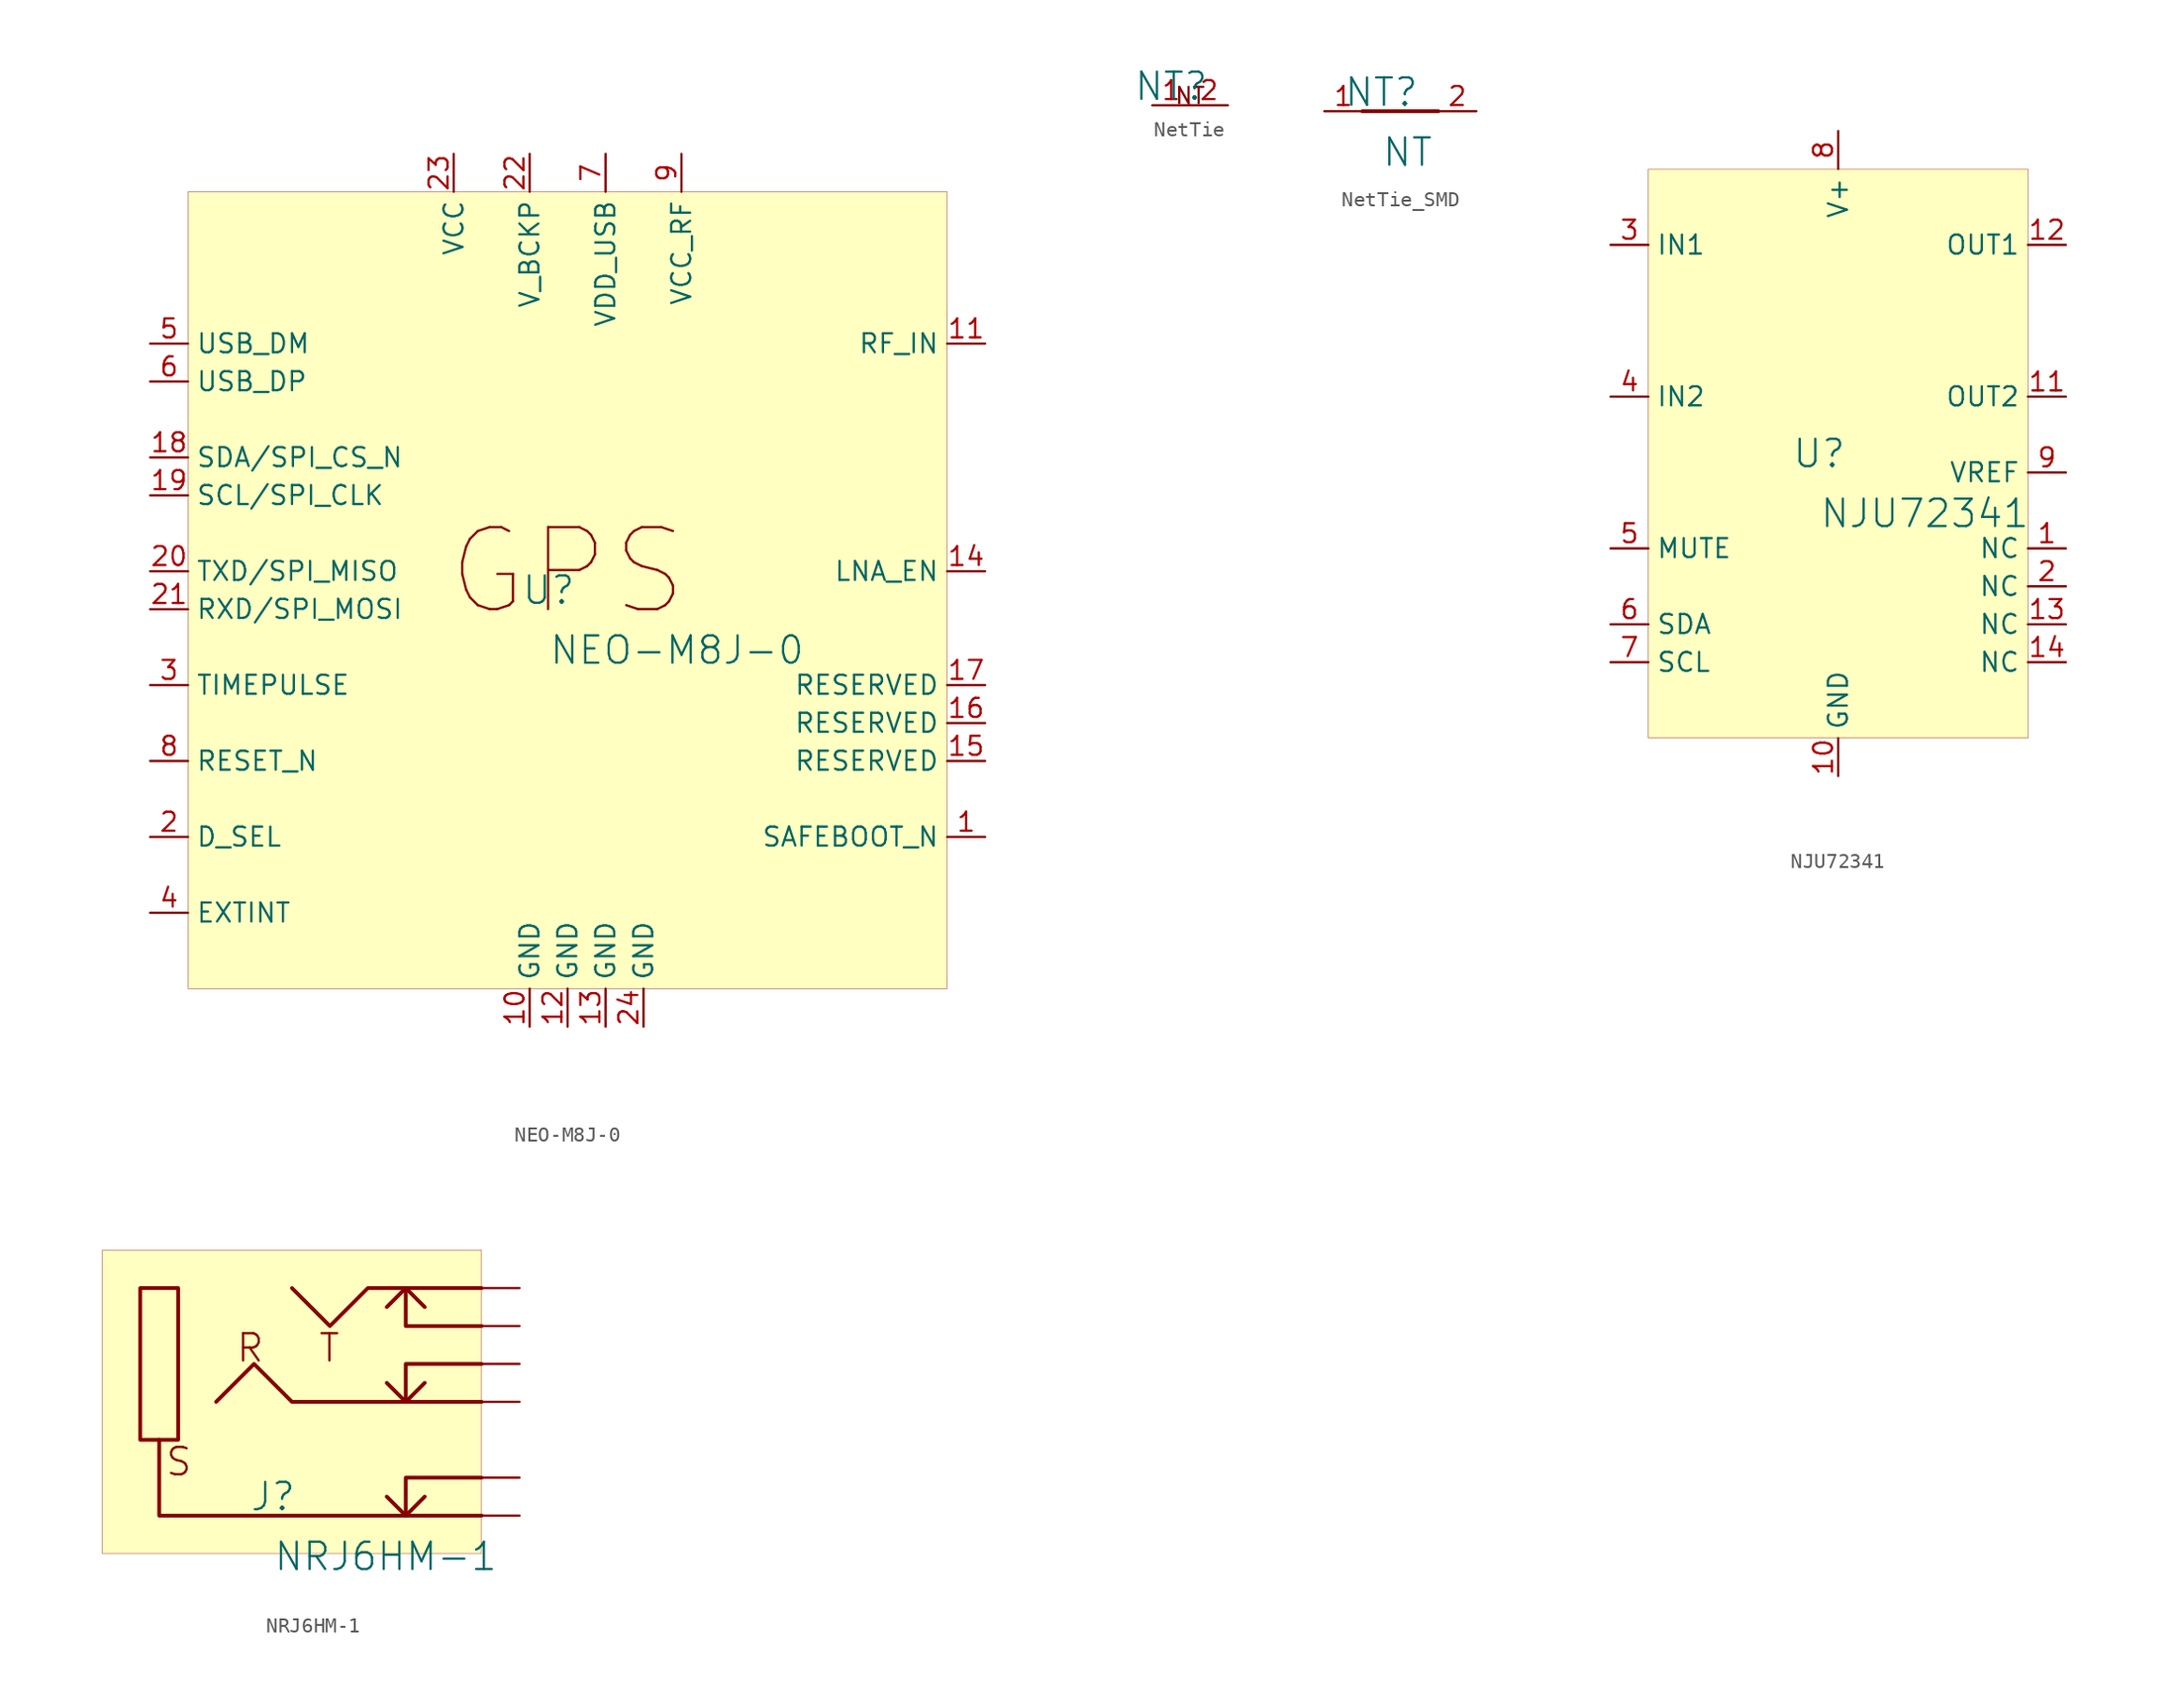
<source format=kicad_sym>
(kicad_symbol_lib
  (version 20231120)
  (generator "kicad_symbol_editor")
  (generator_version "8.0")
  (symbol "NEO-M8J-0"
    (property "Reference" "U"
      (at -1.27 1.27 0)
      (effects (font (size 1.829 1.829))))
    (property "Value" "NEO-M8J-0"
      (at -1.27 -3.81 0)
      (effects (font (size 1.829 1.829)) (justify left bottom)))
    (symbol "NEO-M8J-0_1_0"
      (rectangle (start 25.4 27.94) (end -25.4 -25.4) (stroke (width 0.025) (type solid) (color 128 0 0 1)) (fill (type background)))
      (text "GPS" (at 0 2.54 0) (effects (font (size 5.486 5.486))))
      (pin passive line (at 27.94 -15.24 180) (length 2.54) (name "SAFEBOOT_N" (effects (font (size 1.27 1.27)))) (number "1" (effects (font (size 1.27 1.27)))))
      (pin passive line (at -2.54 -27.94 90) (length 2.54) (name "GND" (effects (font (size 1.27 1.27)))) (number "10" (effects (font (size 1.27 1.27)))))
      (pin passive line (at 27.94 17.78 180) (length 2.54) (name "RF_IN" (effects (font (size 1.27 1.27)))) (number "11" (effects (font (size 1.27 1.27)))))
      (pin passive line (at 0 -27.94 90) (length 2.54) (name "GND" (effects (font (size 1.27 1.27)))) (number "12" (effects (font (size 1.27 1.27)))))
      (pin passive line (at 2.54 -27.94 90) (length 2.54) (name "GND" (effects (font (size 1.27 1.27)))) (number "13" (effects (font (size 1.27 1.27)))))
      (pin passive line (at 27.94 2.54 180) (length 2.54) (name "LNA_EN" (effects (font (size 1.27 1.27)))) (number "14" (effects (font (size 1.27 1.27)))))
      (pin passive line (at 27.94 -10.16 180) (length 2.54) (name "RESERVED" (effects (font (size 1.27 1.27)))) (number "15" (effects (font (size 1.27 1.27)))))
      (pin passive line (at 27.94 -7.62 180) (length 2.54) (name "RESERVED" (effects (font (size 1.27 1.27)))) (number "16" (effects (font (size 1.27 1.27)))))
      (pin passive line (at 27.94 -5.08 180) (length 2.54) (name "RESERVED" (effects (font (size 1.27 1.27)))) (number "17" (effects (font (size 1.27 1.27)))))
      (pin passive line (at -27.94 10.16 0) (length 2.54) (name "SDA/SPI_CS_N" (effects (font (size 1.27 1.27)))) (number "18" (effects (font (size 1.27 1.27)))))
      (pin passive line (at -27.94 7.62 0) (length 2.54) (name "SCL/SPI_CLK" (effects (font (size 1.27 1.27)))) (number "19" (effects (font (size 1.27 1.27)))))
      (pin passive line (at -27.94 -15.24 0) (length 2.54) (name "D_SEL" (effects (font (size 1.27 1.27)))) (number "2" (effects (font (size 1.27 1.27)))))
      (pin passive line (at -27.94 2.54 0) (length 2.54) (name "TXD/SPI_MISO" (effects (font (size 1.27 1.27)))) (number "20" (effects (font (size 1.27 1.27)))))
      (pin passive line (at -27.94 0 0) (length 2.54) (name "RXD/SPI_MOSI" (effects (font (size 1.27 1.27)))) (number "21" (effects (font (size 1.27 1.27)))))
      (pin passive line (at -2.54 30.48 270) (length 2.54) (name "V_BCKP" (effects (font (size 1.27 1.27)))) (number "22" (effects (font (size 1.27 1.27)))))
      (pin passive line (at -7.62 30.48 270) (length 2.54) (name "VCC" (effects (font (size 1.27 1.27)))) (number "23" (effects (font (size 1.27 1.27)))))
      (pin passive line (at 5.08 -27.94 90) (length 2.54) (name "GND" (effects (font (size 1.27 1.27)))) (number "24" (effects (font (size 1.27 1.27)))))
      (pin passive line (at -27.94 -5.08 0) (length 2.54) (name "TIMEPULSE" (effects (font (size 1.27 1.27)))) (number "3" (effects (font (size 1.27 1.27)))))
      (pin passive line (at -27.94 -20.32 0) (length 2.54) (name "EXTINT" (effects (font (size 1.27 1.27)))) (number "4" (effects (font (size 1.27 1.27)))))
      (pin passive line (at -27.94 17.78 0) (length 2.54) (name "USB_DM" (effects (font (size 1.27 1.27)))) (number "5" (effects (font (size 1.27 1.27)))))
      (pin passive line (at -27.94 15.24 0) (length 2.54) (name "USB_DP" (effects (font (size 1.27 1.27)))) (number "6" (effects (font (size 1.27 1.27)))))
      (pin passive line (at 2.54 30.48 270) (length 2.54) (name "VDD_USB" (effects (font (size 1.27 1.27)))) (number "7" (effects (font (size 1.27 1.27)))))
      (pin passive line (at -27.94 -10.16 0) (length 2.54) (name "RESET_N" (effects (font (size 1.27 1.27)))) (number "8" (effects (font (size 1.27 1.27)))))
      (pin passive line (at 7.62 30.48 270) (length 2.54) (name "VCC_RF" (effects (font (size 1.27 1.27)))) (number "9" (effects (font (size 1.27 1.27)))))))
  (symbol "NetTie"
    (property "Reference" "NT"
      (at -1.27 1.27 0)
      (effects (font (size 1.829 1.829))))
    (symbol "NetTie_1_0"
      (text "NT" (at 0 0 0) (effects (font (size 1.092 1.092)) (justify bottom)))
      (pin passive line (at -2.54 0 0) (length 2.54) (name "1" (effects (font (size 0 0)))) (number "1" (effects (font (size 1.27 1.27)))))
      (pin passive line (at 2.54 0 180) (length 2.54) (name "2" (effects (font (size 0 0)))) (number "2" (effects (font (size 1.27 1.27)))))))
  (symbol "NetTie_SMD"
    (property "Reference" "NT"
      (at -1.27 1.27 0)
      (effects (font (size 1.829 1.829))))
    (property "Value" "NT"
      (at -1.27 -3.81 0)
      (effects (font (size 1.829 1.829)) (justify left bottom)))
    (symbol "NetTie_SMD_1_0"
      (polyline (pts (xy -2.54 0) (xy 2.54 0)) (stroke (width 0.254) (type solid)) (fill (type none)))
      (pin passive line (at -5.08 0 0) (length 2.54) (name "1" (effects (font (size 0 0)))) (number "1" (effects (font (size 1.27 1.27)))))
      (pin passive line (at 5.08 0 180) (length 2.54) (name "2" (effects (font (size 0 0)))) (number "2" (effects (font (size 1.27 1.27)))))))
  (symbol "NJU72341"
    (property "Reference" "U"
      (at -1.27 1.27 0)
      (effects (font (size 1.829 1.829))))
    (property "Value" "NJU72341"
      (at -1.27 -3.81 0)
      (effects (font (size 1.829 1.829)) (justify left bottom)))
    (symbol "NJU72341_1_0"
      (rectangle (start 12.7 20.32) (end -12.7 -17.78) (stroke (width 0.025) (type solid) (color 128 0 0 1)) (fill (type background)))
      (pin passive line (at 15.24 -5.08 180) (length 2.54) (name "NC" (effects (font (size 1.27 1.27)))) (number "1" (effects (font (size 1.27 1.27)))))
      (pin power_in line (at 0 -20.32 90) (length 2.54) (name "GND" (effects (font (size 1.27 1.27)))) (number "10" (effects (font (size 1.27 1.27)))))
      (pin output line (at 15.24 5.08 180) (length 2.54) (name "OUT2" (effects (font (size 1.27 1.27)))) (number "11" (effects (font (size 1.27 1.27)))))
      (pin output line (at 15.24 15.24 180) (length 2.54) (name "OUT1" (effects (font (size 1.27 1.27)))) (number "12" (effects (font (size 1.27 1.27)))))
      (pin passive line (at 15.24 -10.16 180) (length 2.54) (name "NC" (effects (font (size 1.27 1.27)))) (number "13" (effects (font (size 1.27 1.27)))))
      (pin passive line (at 15.24 -12.7 180) (length 2.54) (name "NC" (effects (font (size 1.27 1.27)))) (number "14" (effects (font (size 1.27 1.27)))))
      (pin passive line (at 15.24 -7.62 180) (length 2.54) (name "NC" (effects (font (size 1.27 1.27)))) (number "2" (effects (font (size 1.27 1.27)))))
      (pin input line (at -15.24 15.24 0) (length 2.54) (name "IN1" (effects (font (size 1.27 1.27)))) (number "3" (effects (font (size 1.27 1.27)))))
      (pin input line (at -15.24 5.08 0) (length 2.54) (name "IN2" (effects (font (size 1.27 1.27)))) (number "4" (effects (font (size 1.27 1.27)))))
      (pin input line (at -15.24 -5.08 0) (length 2.54) (name "MUTE" (effects (font (size 1.27 1.27)))) (number "5" (effects (font (size 1.27 1.27)))))
      (pin bidirectional line (at -15.24 -10.16 0) (length 2.54) (name "SDA" (effects (font (size 1.27 1.27)))) (number "6" (effects (font (size 1.27 1.27)))))
      (pin input line (at -15.24 -12.7 0) (length 2.54) (name "SCL" (effects (font (size 1.27 1.27)))) (number "7" (effects (font (size 1.27 1.27)))))
      (pin power_in line (at 0 22.86 270) (length 2.54) (name "V+" (effects (font (size 1.27 1.27)))) (number "8" (effects (font (size 1.27 1.27)))))
      (pin power_in line (at 15.24 0 180) (length 2.54) (name "VREF" (effects (font (size 1.27 1.27)))) (number "9" (effects (font (size 1.27 1.27)))))))
  (symbol "NRJ6HM-1"
    (property "Reference" "J"
      (at -1.27 1.27 0)
      (effects (font (size 1.829 1.829))))
    (property "Value" "NRJ6HM-1"
      (at -1.27 -3.81 0)
      (effects (font (size 1.829 1.829)) (justify left bottom)))
    (symbol "NRJ6HM-1_1_0"
      (polyline (pts (xy 7.62 0) (xy 6.35 1.27)) (stroke (width 0.254) (type solid)) (fill (type none)))
      (polyline (pts (xy 7.62 0) (xy 8.89 1.27)) (stroke (width 0.254) (type solid)) (fill (type none)))
      (polyline (pts (xy 7.62 7.62) (xy 6.35 8.89)) (stroke (width 0.254) (type solid)) (fill (type none)))
      (polyline (pts (xy 7.62 7.62) (xy 8.89 8.89)) (stroke (width 0.254) (type solid)) (fill (type none)))
      (polyline (pts (xy 7.62 15.24) (xy 6.35 13.97)) (stroke (width 0.254) (type solid)) (fill (type none)))
      (polyline (pts (xy 7.62 15.24) (xy 8.89 13.97)) (stroke (width 0.254) (type solid)) (fill (type none)))
      (polyline (pts (xy 7.62 15.24) (xy 7.62 12.7) (xy 12.7 12.7)) (stroke (width 0.254) (type solid)) (fill (type none)))
      (polyline (pts (xy 12.7 0) (xy -8.89 0) (xy -8.89 5.08)) (stroke (width 0.254) (type solid)) (fill (type none)))
      (polyline (pts (xy 12.7 2.54) (xy 7.62 2.54) (xy 7.62 0)) (stroke (width 0.254) (type solid)) (fill (type none)))
      (polyline (pts (xy 12.7 10.16) (xy 7.62 10.16) (xy 7.62 7.62)) (stroke (width 0.254) (type solid)) (fill (type none)))
      (polyline (pts (xy -5.08 7.62) (xy -2.54 10.16) (xy 0 7.62) (xy 12.7 7.62)) (stroke (width 0.254) (type solid)) (fill (type none)))
      (polyline (pts (xy 0 15.24) (xy 2.54 12.7) (xy 5.08 15.24) (xy 12.7 15.24)) (stroke (width 0.254) (type solid)) (fill (type none)))
      (polyline (pts (xy -10.16 10.16) (xy -10.16 15.24) (xy -7.62 15.24) (xy -7.62 5.08) (xy -10.16 5.08) (xy -10.16 10.16)) (stroke (width 0.254) (type solid)) (fill (type none)))
      (rectangle (start 12.7 17.78) (end -12.7 -2.54) (stroke (width 0.025) (type solid) (color 128 0 0 1)) (fill (type background)))
      (text "R" (at -1.778 10.16 0) (effects (font (size 1.829 1.829)) (justify right bottom)))
      (text "S" (at -6.604 2.54 0) (effects (font (size 1.829 1.829)) (justify right bottom)))
      (text "T" (at 3.302 10.16 0) (effects (font (size 1.829 1.829)) (justify right bottom)))
      (pin passive line (at 15.24 7.62 180) (length 2.54) (name "R" (effects (font (size 0 0)))) (number "R" (effects (font (size 0 0)))))
      (pin passive line (at 15.24 10.16 180) (length 2.54) (name "RN" (effects (font (size 0 0)))) (number "RN" (effects (font (size 0 0)))))
      (pin passive line (at 15.24 0 180) (length 2.54) (name "S" (effects (font (size 0 0)))) (number "S" (effects (font (size 0 0)))))
      (pin passive line (at 15.24 2.54 180) (length 2.54) (name "SN" (effects (font (size 0 0)))) (number "SN" (effects (font (size 0 0)))))
      (pin passive line (at 15.24 15.24 180) (length 2.54) (name "T" (effects (font (size 0 0)))) (number "T" (effects (font (size 0 0)))))
      (pin passive line (at 15.24 12.7 180) (length 2.54) (name "TN" (effects (font (size 0 0)))) (number "TN" (effects (font (size 0 0))))))))
</source>
